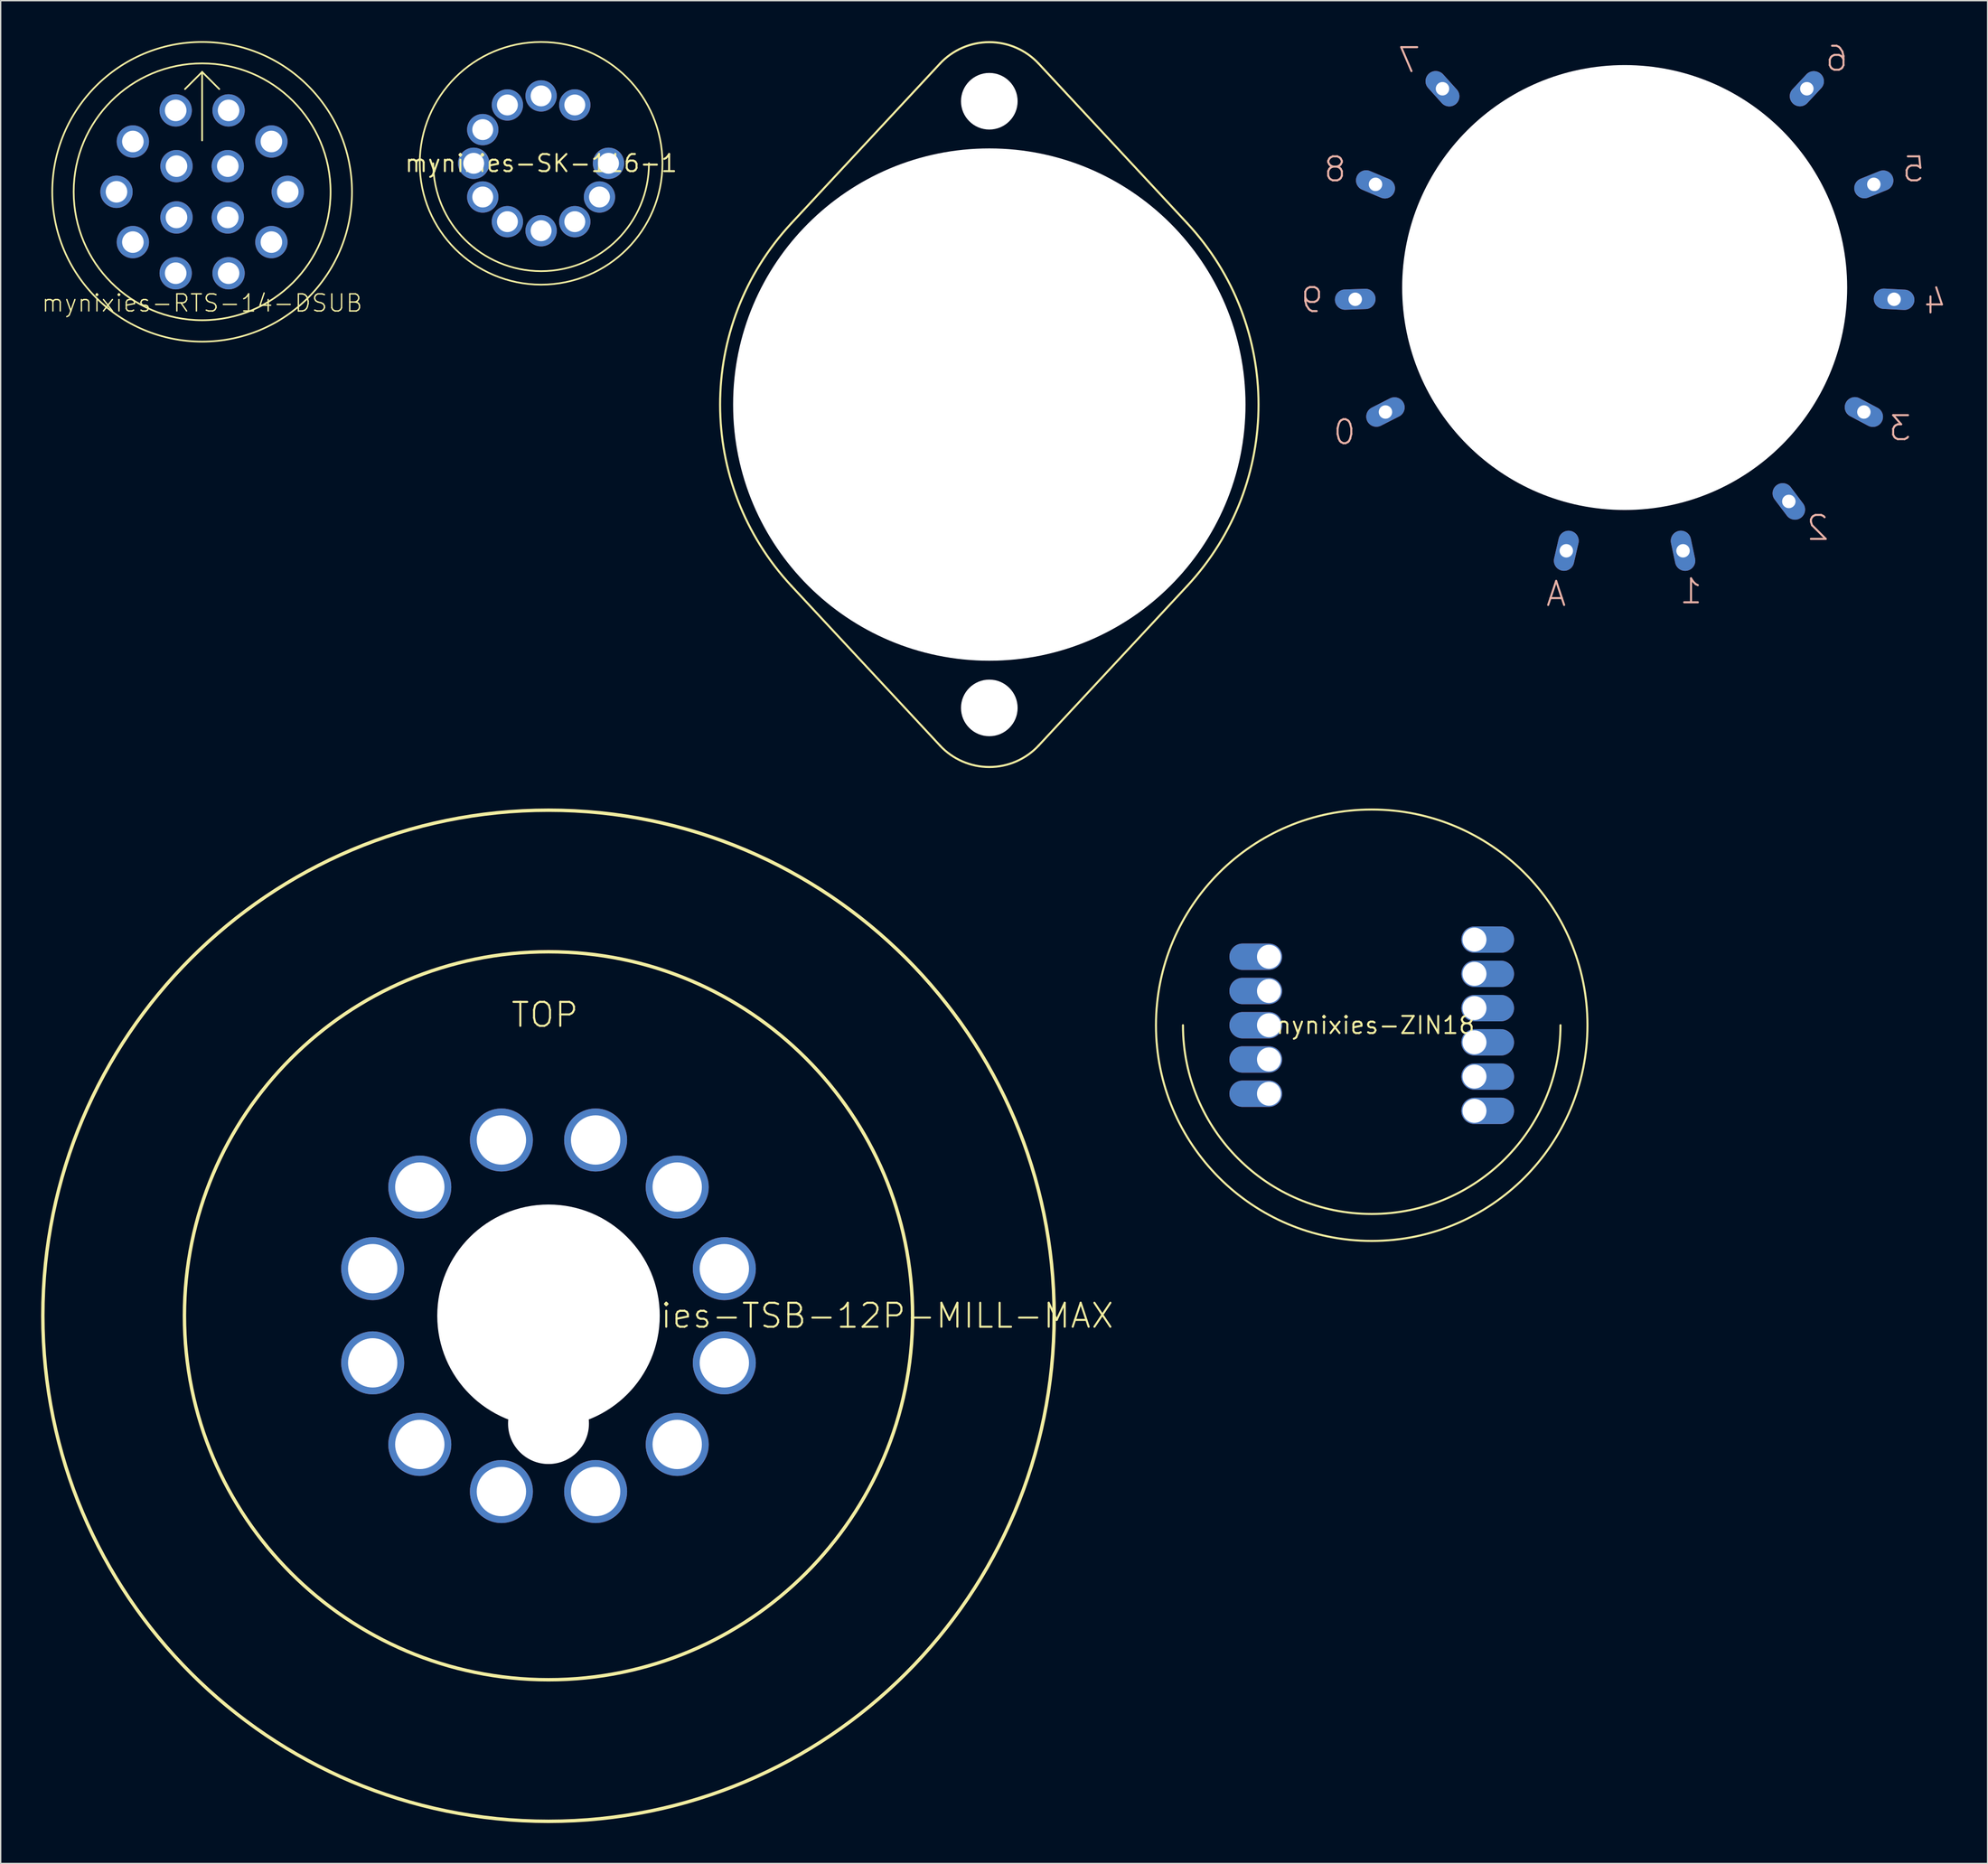
<source format=kicad_pcb>
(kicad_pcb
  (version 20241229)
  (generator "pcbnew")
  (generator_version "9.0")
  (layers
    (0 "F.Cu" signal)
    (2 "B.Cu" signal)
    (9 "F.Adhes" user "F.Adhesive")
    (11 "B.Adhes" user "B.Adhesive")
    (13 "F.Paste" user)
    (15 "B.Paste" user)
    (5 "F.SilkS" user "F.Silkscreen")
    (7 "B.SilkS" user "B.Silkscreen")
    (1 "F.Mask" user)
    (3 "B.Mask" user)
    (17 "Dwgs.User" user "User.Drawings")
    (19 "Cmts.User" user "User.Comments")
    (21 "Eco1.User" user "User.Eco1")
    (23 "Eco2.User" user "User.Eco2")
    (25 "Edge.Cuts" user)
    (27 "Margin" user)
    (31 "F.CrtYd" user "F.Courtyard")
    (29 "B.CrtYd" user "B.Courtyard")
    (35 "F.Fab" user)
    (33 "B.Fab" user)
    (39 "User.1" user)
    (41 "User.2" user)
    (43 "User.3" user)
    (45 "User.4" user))
  (footprint "mynixies-SK-116-1"
    (layer "F.Cu")
    (at 37.076 9.063)
    (property "Reference" "mynixies-SK-116-1" (at 0 0 0) (layer "F.SilkS") (effects (font (size 1.27 1.27) (thickness 0.15))))
    (attr exclude_from_pos_files exclude_from_bom)
    (fp_arc (start 7.99846 0) (mid 0 7.99846) (end -7.99846 0) (stroke (width 0.127) (type solid)) (layer "F.SilkS"))
    (fp_circle (center 0 0) (end 0 -8.999) (stroke (width 0.127) (type solid)) (fill no) (layer "F.SilkS"))
    (pad "P$1" thru_hole circle (at 4.999 0) (size 2.324 2.324) (drill 1.549) (layers "*.Cu" "*.Mask"))
    (pad "P$3" thru_hole circle (at 2.499 -4.328) (size 2.324 2.324) (drill 1.549) (layers "*.Cu" "*.Mask"))
    (pad "P$4" thru_hole circle (at 0 -4.999) (size 2.324 2.324) (drill 1.549) (layers "*.Cu" "*.Mask"))
    (pad "P$5" thru_hole circle (at -2.499 -4.328) (size 2.324 2.324) (drill 1.549) (layers "*.Cu" "*.Mask"))
    (pad "P$6" thru_hole circle (at -4.328 -2.499) (size 2.324 2.324) (drill 1.549) (layers "*.Cu" "*.Mask"))
    (pad "P$7" thru_hole circle (at -4.999 0) (size 2.324 2.324) (drill 1.549) (layers "*.Cu" "*.Mask"))
    (pad "P$8" thru_hole circle (at -4.328 2.499) (size 2.324 2.324) (drill 1.549) (layers "*.Cu" "*.Mask"))
    (pad "P$9" thru_hole circle (at -2.499 4.328) (size 2.324 2.324) (drill 1.549) (layers "*.Cu" "*.Mask"))
    (pad "P$10" thru_hole circle (at 0 4.999) (size 2.324 2.324) (drill 1.549) (layers "*.Cu" "*.Mask"))
    (pad "P$11" thru_hole circle (at 2.499 4.328) (size 2.324 2.324) (drill 1.549) (layers "*.Cu" "*.Mask"))
    (pad "P$12" thru_hole circle (at 4.328 2.499) (size 2.324 2.324) (drill 1.549) (layers "*.Cu" "*.Mask")))
  (footprint "mynixies-TSB-12P-MILL-MAX"
    (layer "F.Cu")
    (at 37.625 94.541)
    (property "Reference" "mynixies-TSB-12P-MILL-MAX" (at 21.303 0 0) (layer "F.SilkS") (effects (font (size 1.778 1.778) (thickness 0.152))))
    (attr exclude_from_pos_files exclude_from_bom)
    (fp_circle (center 0 0) (end 0 -37.498) (stroke (width 0.254) (type solid)) (fill no) (layer "F.SilkS"))
    (fp_circle (center 0 0) (end 0 -26.998) (stroke (width 0.254) (type solid)) (fill no) (layer "F.SilkS"))
    (fp_text user "TOP" (at -0.269 -22.319 0) (layer "F.SilkS") (effects (font (size 1.778 1.778) (thickness 0.152))))
    (pad "" np_thru_hole circle (at 0 0) (size 16.5 16.5) (drill 16.5) (layers "*.Cu" "*.Mask"))
    (pad "" np_thru_hole circle (at 0 7.998) (size 5.999 5.999) (drill 5.999) (layers "*.Cu" "*.Mask"))
    (pad "1" thru_hole circle (at 3.493 13.038) (size 4.674 4.674) (drill 3.658) (layers "*.Cu" "*.Mask"))
    (pad "2" thru_hole circle (at 9.545 9.545) (size 4.674 4.674) (drill 3.658) (layers "*.Cu" "*.Mask"))
    (pad "3" thru_hole circle (at 13.038 3.493) (size 4.674 4.674) (drill 3.658) (layers "*.Cu" "*.Mask"))
    (pad "4" thru_hole circle (at 13.038 -3.493) (size 4.674 4.674) (drill 3.658) (layers "*.Cu" "*.Mask"))
    (pad "5" thru_hole circle (at 9.545 -9.545) (size 4.674 4.674) (drill 3.658) (layers "*.Cu" "*.Mask"))
    (pad "6" thru_hole circle (at 3.493 -13.038) (size 4.674 4.674) (drill 3.658) (layers "*.Cu" "*.Mask"))
    (pad "7" thru_hole circle (at -3.493 -13.038) (size 4.674 4.674) (drill 3.658) (layers "*.Cu" "*.Mask"))
    (pad "8" thru_hole circle (at -9.545 -9.545) (size 4.674 4.674) (drill 3.658) (layers "*.Cu" "*.Mask"))
    (pad "9" thru_hole circle (at -13.038 -3.493) (size 4.674 4.674) (drill 3.658) (layers "*.Cu" "*.Mask"))
    (pad "10" thru_hole circle (at -13.038 3.493) (size 4.674 4.674) (drill 3.658) (layers "*.Cu" "*.Mask"))
    (pad "11" thru_hole circle (at -9.545 9.545) (size 4.674 4.674) (drill 3.658) (layers "*.Cu" "*.Mask"))
    (pad "12" thru_hole circle (at -3.493 13.038) (size 4.674 4.674) (drill 3.658) (layers "*.Cu" "*.Mask")))
  (footprint "mynixies-ZIN18"
    (layer "F.Cu")
    (at 98.671 72.992)
    (property "Reference" "mynixies-ZIN18" (at 0 0 0) (layer "F.SilkS") (effects (font (size 1.27 1.27) (thickness 0.15))))
    (attr exclude_from_pos_files exclude_from_bom)
    (fp_arc (start 13.99794 0) (mid 0 13.99794) (end -13.99794 0) (stroke (width 0.1524) (type solid)) (layer "F.SilkS"))
    (fp_circle (center 0 0) (end 0 -15.999) (stroke (width 0.152) (type solid)) (fill no) (layer "F.SilkS"))
    (pad "0" thru_hole oval (at 7.62 -3.81 90) (size 1.956 3.912) (drill 1.778 (offset 0 0.978)) (layers "*.Cu" "*.Mask"))
    (pad "1" thru_hole oval (at -7.62 -5.08 270) (size 1.956 3.912) (drill 1.778 (offset 0 0.978)) (layers "*.Cu" "*.Mask"))
    (pad "2" thru_hole oval (at -7.62 -2.54 270) (size 1.956 3.912) (drill 1.778 (offset 0 0.978)) (layers "*.Cu" "*.Mask"))
    (pad "3" thru_hole oval (at 7.62 1.27 90) (size 1.956 3.912) (drill 1.778 (offset 0 0.978)) (layers "*.Cu" "*.Mask"))
    (pad "4" thru_hole oval (at -7.62 2.54 270) (size 1.956 3.912) (drill 1.778 (offset 0 0.978)) (layers "*.Cu" "*.Mask"))
    (pad "5" thru_hole oval (at 7.62 6.35 90) (size 1.956 3.912) (drill 1.778 (offset 0 0.978)) (layers "*.Cu" "*.Mask"))
    (pad "6" thru_hole oval (at -7.62 5.08 270) (size 1.956 3.912) (drill 1.778 (offset 0 0.978)) (layers "*.Cu" "*.Mask"))
    (pad "7" thru_hole oval (at 7.62 3.81 90) (size 1.956 3.912) (drill 1.778 (offset 0 0.978)) (layers "*.Cu" "*.Mask"))
    (pad "8" thru_hole oval (at -7.62 0 270) (size 1.956 3.912) (drill 1.778 (offset 0 0.978)) (layers "*.Cu" "*.Mask"))
    (pad "9" thru_hole oval (at 7.62 -1.27 90) (size 1.956 3.912) (drill 1.778 (offset 0 0.978)) (layers "*.Cu" "*.Mask"))
    (pad "A" thru_hole oval (at 7.62 -6.35 90) (size 1.956 3.912) (drill 1.778 (offset 0 0.978)) (layers "*.Cu" "*.Mask")))
  (footprint "mynixies-TSB-12P-CONTACT"
    (layer "F.Cu")
    (at 117.428 18.277)
    (property "Reference" "mynixies-TSB-12P-CONTACT" (at 0 0 0) (layer "F.SilkS") (effects (font (size 1.27 1.27) (thickness 0.15))))
    (attr exclude_from_pos_files exclude_from_bom)
    (fp_text user "5" (at 21.42 -8.768 0) (layer "B.SilkS") (effects (font (size 1.778 1.778) (thickness 0.152)) (justify mirror)))
    (fp_text user "0" (at -20.78 10.729 0) (layer "B.SilkS") (effects (font (size 1.778 1.778) (thickness 0.152)) (justify mirror)))
    (fp_text user "3" (at 20.419 10.429 0) (layer "B.SilkS") (effects (font (size 1.778 1.778) (thickness 0.152)) (justify mirror)))
    (fp_text user "6" (at 15.718 -16.97 0) (layer "B.SilkS") (effects (font (size 1.778 1.778) (thickness 0.152)) (justify mirror)))
    (fp_text user "2" (at 14.318 17.828 0) (layer "B.SilkS") (effects (font (size 1.778 1.778) (thickness 0.152)) (justify mirror)))
    (fp_text user "8" (at -21.478 -8.768 0) (layer "B.SilkS") (effects (font (size 1.778 1.778) (thickness 0.152)) (justify mirror)))
    (fp_text user "7" (at -15.979 -16.868 0) (layer "B.SilkS") (effects (font (size 1.778 1.778) (thickness 0.152)) (justify mirror)))
    (fp_text user "A" (at -5.08 22.728 0) (layer "B.SilkS") (effects (font (size 1.778 1.778) (thickness 0.152)) (justify mirror)))
    (fp_text user "1" (at 4.92 22.53 0) (layer "B.SilkS") (effects (font (size 1.778 1.778) (thickness 0.152)) (justify mirror)))
    (fp_text user "9" (at -23.177 0.93 0) (layer "B.SilkS") (effects (font (size 1.778 1.778) (thickness 0.152)) (justify mirror)))
    (fp_text user "4" (at 23.017 1.029 0) (layer "B.SilkS") (effects (font (size 1.778 1.778) (thickness 0.152)) (justify mirror)))
    (pad "" np_thru_hole circle (at 0 0) (size 33 33) (drill 33) (layers "*.Cu" "*.Mask"))
    (pad "0" thru_hole oval (at -17.739 9.233 297) (size 1.506 3.015) (drill 0.998) (layers "*.Cu" "*.Mask"))
    (pad "1" thru_hole oval (at 4.328 19.525 12) (size 1.506 3.015) (drill 0.998) (layers "*.Cu" "*.Mask"))
    (pad "2" thru_hole oval (at 12.174 15.865 37) (size 1.506 3.015) (drill 0.998) (layers "*.Cu" "*.Mask"))
    (pad "3" thru_hole oval (at 17.739 9.233 62) (size 1.506 3.015) (drill 0.998) (layers "*.Cu" "*.Mask"))
    (pad "4" thru_hole oval (at 19.98 0.871 87) (size 1.506 3.015) (drill 0.998) (layers "*.Cu" "*.Mask"))
    (pad "5" thru_hole oval (at 18.476 -7.653 112) (size 1.506 3.015) (drill 0.998) (layers "*.Cu" "*.Mask"))
    (pad "6" thru_hole oval (at 13.51 -14.745 137) (size 1.506 3.015) (drill 0.998) (layers "*.Cu" "*.Mask"))
    (pad "7" thru_hole oval (at -13.51 -14.745 222) (size 1.506 3.015) (drill 0.998) (layers "*.Cu" "*.Mask"))
    (pad "8" thru_hole oval (at -18.476 -7.653 247) (size 1.506 3.015) (drill 0.998) (layers "*.Cu" "*.Mask"))
    (pad "9" thru_hole oval (at -19.98 0.871 272) (size 1.506 3.015) (drill 0.998) (layers "*.Cu" "*.Mask"))
    (pad "A" thru_hole oval (at -4.328 19.525 347) (size 1.506 3.015) (drill 0.998) (layers "*.Cu" "*.Mask")))
  (footprint "mynixies-RTS-14-DSUB"
    (layer "F.Cu")
    (at 11.939 11.176)
    (property "Reference" "mynixies-RTS-14-DSUB" (at 0 8.255 0) (layer "F.SilkS") (effects (font (size 1.27 1.27) (thickness 0.102))))
    (attr exclude_from_pos_files exclude_from_bom)
    (fp_line (start -1.27 -7.62) (end 0 -8.89) (stroke (width 0.127) (type solid)) (layer "F.SilkS"))
    (fp_line (start 0 -8.89) (end 1.27 -7.62) (stroke (width 0.127) (type solid)) (layer "F.SilkS"))
    (fp_line (start 0 -3.81) (end 0 -8.89) (stroke (width 0.127) (type solid)) (layer "F.SilkS"))
    (fp_circle (center 0 0) (end 0 -11.113) (stroke (width 0.127) (type solid)) (fill no) (layer "F.SilkS"))
    (fp_circle (center 0 0) (end 0 -9.525) (stroke (width 0.127) (type solid)) (fill no) (layer "F.SilkS"))
    (pad "1" thru_hole circle (at -1.961 -6.038) (size 2.398 2.398) (drill 1.598) (layers "*.Cu" "*.Mask"))
    (pad "2" thru_hole circle (at -5.136 -3.731) (size 2.398 2.398) (drill 1.598) (layers "*.Cu" "*.Mask"))
    (pad "3" thru_hole circle (at -6.35 0) (size 2.398 2.398) (drill 1.598) (layers "*.Cu" "*.Mask"))
    (pad "4" thru_hole circle (at -5.136 3.731) (size 2.398 2.398) (drill 1.598) (layers "*.Cu" "*.Mask"))
    (pad "5" thru_hole circle (at -1.961 6.038) (size 2.398 2.398) (drill 1.598) (layers "*.Cu" "*.Mask"))
    (pad "6" thru_hole circle (at 1.961 6.038) (size 2.398 2.398) (drill 1.598) (layers "*.Cu" "*.Mask"))
    (pad "7" thru_hole circle (at 5.136 3.731) (size 2.398 2.398) (drill 1.598) (layers "*.Cu" "*.Mask"))
    (pad "8" thru_hole circle (at 6.35 0) (size 2.398 2.398) (drill 1.598) (layers "*.Cu" "*.Mask"))
    (pad "9" thru_hole circle (at 5.136 -3.731) (size 2.398 2.398) (drill 1.598) (layers "*.Cu" "*.Mask"))
    (pad "10" thru_hole circle (at 1.961 -6.038) (size 2.398 2.398) (drill 1.598) (layers "*.Cu" "*.Mask"))
    (pad "11" thru_hole circle (at -1.902 -1.902) (size 2.398 2.398) (drill 1.598) (layers "*.Cu" "*.Mask"))
    (pad "12" thru_hole circle (at -1.902 1.902) (size 2.398 2.398) (drill 1.598) (layers "*.Cu" "*.Mask"))
    (pad "13" thru_hole circle (at 1.902 1.902) (size 2.398 2.398) (drill 1.598) (layers "*.Cu" "*.Mask"))
    (pad "14" thru_hole circle (at 1.902 -1.902) (size 2.398 2.398) (drill 1.598) (layers "*.Cu" "*.Mask")))
  (footprint "mynixies-TBS-12P-SUPPORT"
    (layer "F.Cu")
    (at 70.313 26.958)
    (property "Reference" "mynixies-TBS-12P-SUPPORT" (at 0 0 0) (layer "F.SilkS") (effects (font (size 1.27 1.27) (thickness 0.15))))
    (attr exclude_from_pos_files exclude_from_bom)
    (fp_line (start -14.674 13.452) (end -3.66 25.288) (stroke (width 0.152) (type solid)) (layer "F.SilkS"))
    (fp_line (start -3.66 -25.288) (end -14.674 -13.452) (stroke (width 0.152) (type solid)) (layer "F.SilkS"))
    (fp_line (start 3.66 25.288) (end 14.674 13.452) (stroke (width 0.152) (type solid)) (layer "F.SilkS"))
    (fp_line (start 14.674 -13.452) (end 3.66 -25.288) (stroke (width 0.152) (type solid)) (layer "F.SilkS"))
    (fp_arc (start -14.67358 13.45184) (mid -19.963719 0.012405) (end -14.690469 -13.433665) (stroke (width 0.1524) (type solid)) (layer "F.SilkS"))
    (fp_arc (start -3.66014 -25.28824) (mid -0.000753 -26.881941) (end 3.659114 -25.289343) (stroke (width 0.1524) (type solid)) (layer "F.SilkS"))
    (fp_arc (start 3.66014 25.28824) (mid 0.000753 26.881941) (end -3.659114 25.289343) (stroke (width 0.1524) (type solid)) (layer "F.SilkS"))
    (fp_arc (start 14.67358 -13.45184) (mid 19.963719 -0.012405) (end 14.690469 13.433665) (stroke (width 0.1524) (type solid)) (layer "F.SilkS"))
    (pad "" np_thru_hole circle (at 0 -22.499) (size 4.199 4.199) (drill 4.199) (layers "*.Cu" "*.Mask"))
    (pad "" np_thru_hole circle (at 0 0) (size 37.998 37.998) (drill 37.998) (layers "*.Cu" "*.Mask"))
    (pad "" np_thru_hole circle (at 0 22.499) (size 4.199 4.199) (drill 4.199) (layers "*.Cu" "*.Mask")))
  (gr_rect
    (start -3 -3)
    (end 144.343 135.166)
    (stroke (width 0.1) (type default))
    (fill no)
    (layer "Edge.Cuts")))
</source>
